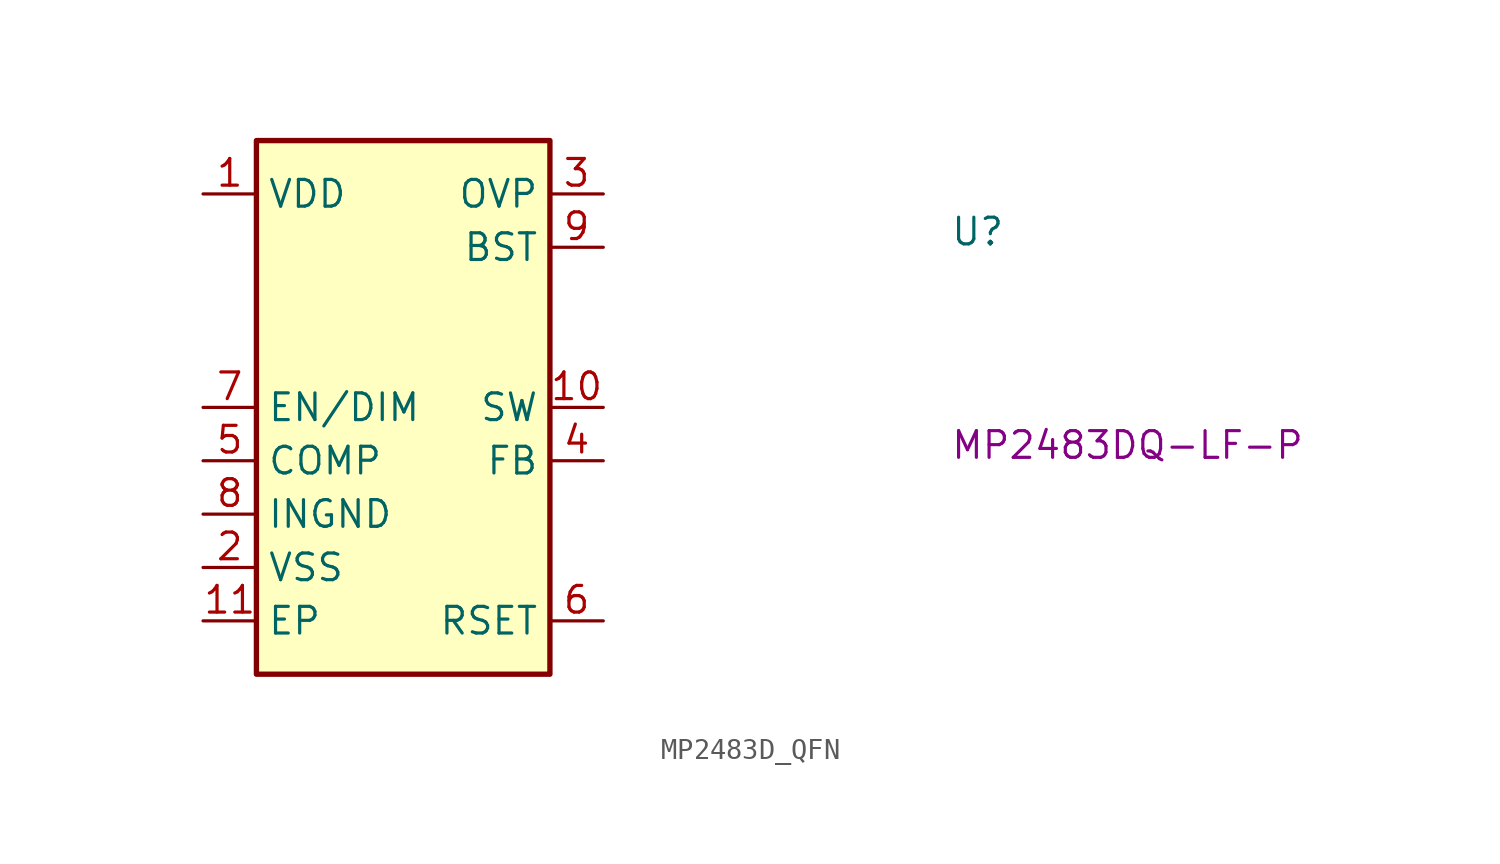
<source format=kicad_sym>
(kicad_symbol_lib
  (version 20220914)
  (generator kicad_symbol_editor)
  (symbol "MP2483D_QFN"
    (property "Reference" "U"
      (at 35.56 -2.54 0)
      (effects (font (size 1.27 1.27) (thickness 0.15)) (justify left bottom)))
    (property "MPN" "MP2483DQ-LF-P"
      (at 35.56 -12.7 0)
      (effects (font (size 1.27 1.27) (thickness 0.15)) (justify left bottom)))
    (symbol "MP2483D_QFN_1_1"
      (rectangle (start 2.54 2.54) (end 16.51 -22.86) (stroke (width 0.254) (type default)) (fill (type background)))
      (pin power_in line (at 0 0 0) (length 2.54) (name "VDD" (effects (font (size 1.27 1.27)))) (number "1" (effects (font (size 1.27 1.27)))))
      (pin output line (at 19.05 -10.16 180) (length 2.54) (name "SW" (effects (font (size 1.27 1.27)))) (number "10" (effects (font (size 1.27 1.27)))))
      (pin power_in line (at 0 -20.32 0) (length 2.54) (name "EP" (effects (font (size 1.27 1.27)))) (number "11" (effects (font (size 1.27 1.27)))))
      (pin power_in line (at 0 -17.78 0) (length 2.54) (name "VSS" (effects (font (size 1.27 1.27)))) (number "2" (effects (font (size 1.27 1.27)))))
      (pin unspecified line (at 19.05 0 180) (length 2.54) (name "OVP" (effects (font (size 1.27 1.27)))) (number "3" (effects (font (size 1.27 1.27)))))
      (pin input line (at 19.05 -12.7 180) (length 2.54) (name "FB" (effects (font (size 1.27 1.27)))) (number "4" (effects (font (size 1.27 1.27)))))
      (pin output line (at 0 -12.7 0) (length 2.54) (name "COMP" (effects (font (size 1.27 1.27)))) (number "5" (effects (font (size 1.27 1.27)))))
      (pin unspecified line (at 19.05 -20.32 180) (length 2.54) (name "RSET" (effects (font (size 1.27 1.27)))) (number "6" (effects (font (size 1.27 1.27)))))
      (pin input line (at 0 -10.16 0) (length 2.54) (name "EN/DIM" (effects (font (size 1.27 1.27)))) (number "7" (effects (font (size 1.27 1.27)))))
      (pin power_in line (at 0 -15.24 0) (length 2.54) (name "INGND" (effects (font (size 1.27 1.27)))) (number "8" (effects (font (size 1.27 1.27)))))
      (pin power_in line (at 19.05 -2.54 180) (length 2.54) (name "BST" (effects (font (size 1.27 1.27)))) (number "9" (effects (font (size 1.27 1.27))))))))
</source>
